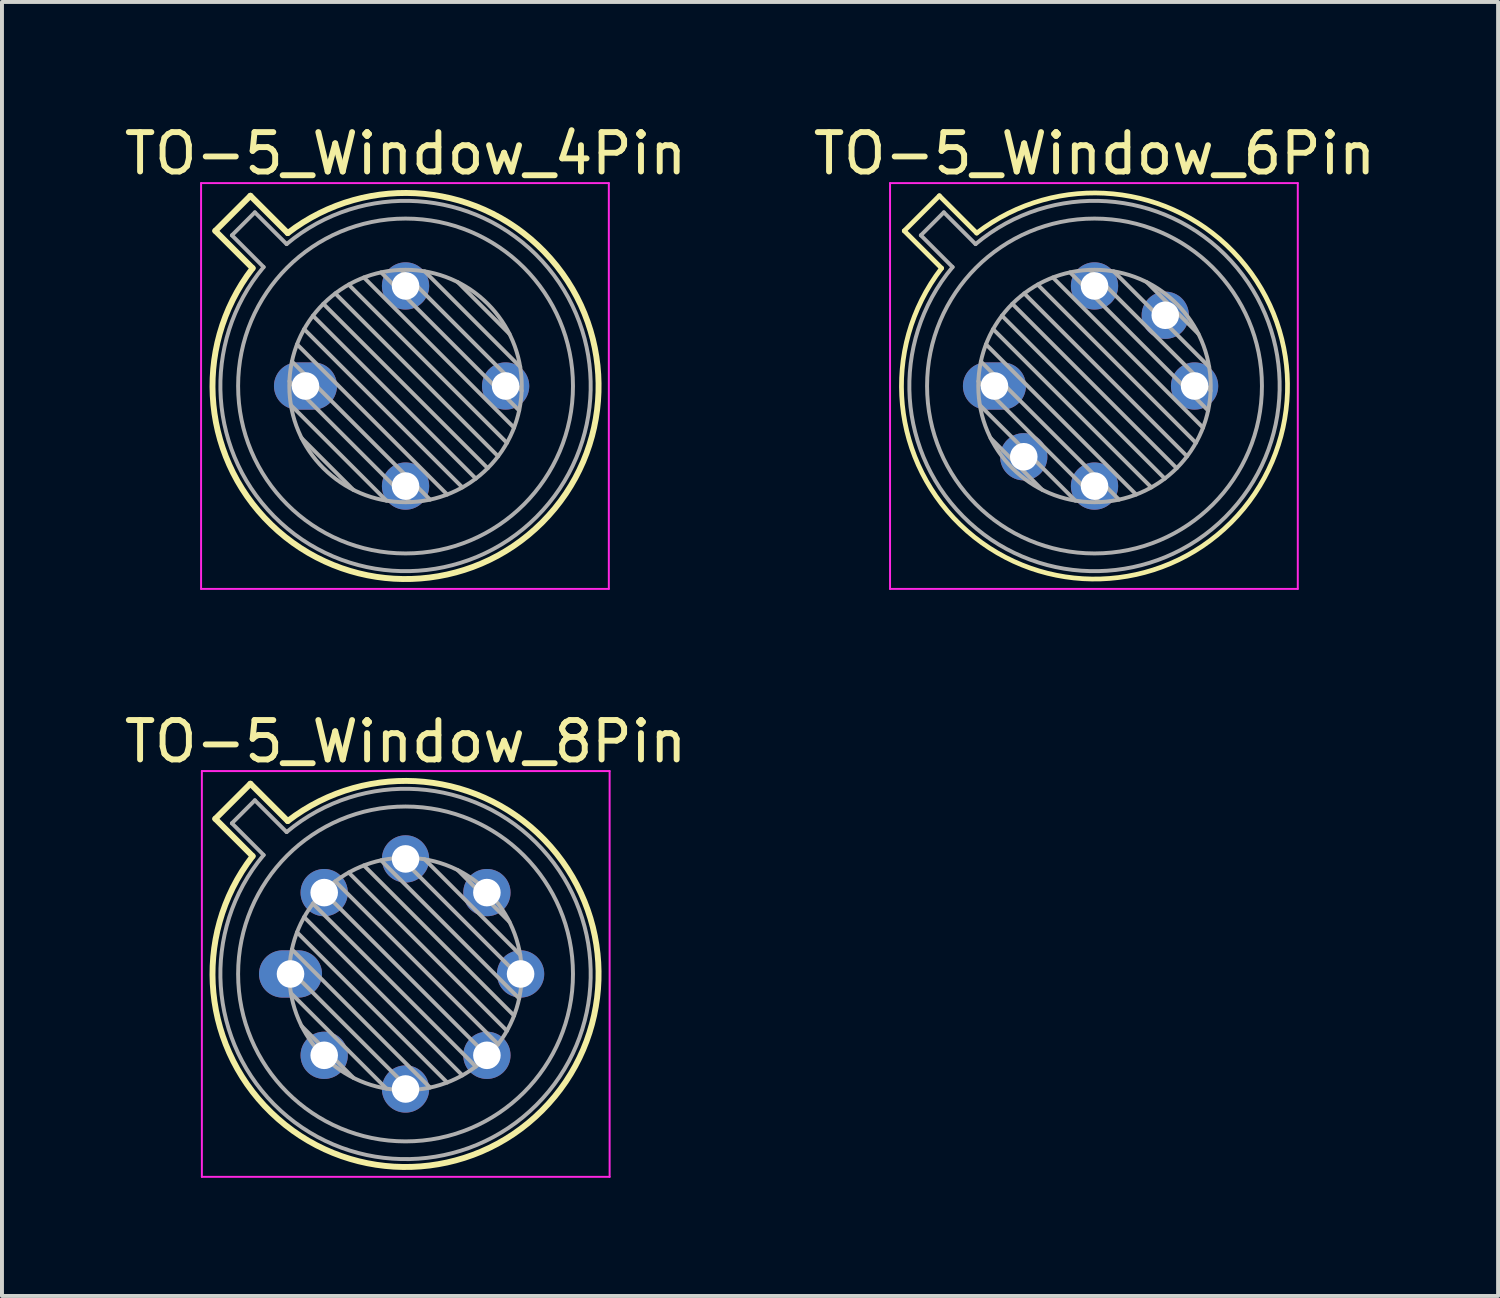
<source format=kicad_pcb>
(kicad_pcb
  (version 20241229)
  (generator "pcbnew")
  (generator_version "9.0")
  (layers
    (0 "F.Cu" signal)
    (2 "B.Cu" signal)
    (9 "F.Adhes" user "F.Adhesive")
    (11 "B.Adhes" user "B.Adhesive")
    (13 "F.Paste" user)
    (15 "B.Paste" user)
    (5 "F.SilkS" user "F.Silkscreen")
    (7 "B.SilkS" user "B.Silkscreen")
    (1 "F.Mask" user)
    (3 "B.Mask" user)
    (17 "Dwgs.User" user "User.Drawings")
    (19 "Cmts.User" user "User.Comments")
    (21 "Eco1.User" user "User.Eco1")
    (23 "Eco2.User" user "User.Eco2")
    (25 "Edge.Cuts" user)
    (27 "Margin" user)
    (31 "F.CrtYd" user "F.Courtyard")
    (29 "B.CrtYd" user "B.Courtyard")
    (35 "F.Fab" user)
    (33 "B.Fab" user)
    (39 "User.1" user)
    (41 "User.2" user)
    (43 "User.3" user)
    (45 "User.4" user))
  (footprint "TO-5_Window_6Pin"
    (layer "F.Cu")
    (at 22.192 6.748)
    (property "Reference" "TO-5_Window_6Pin" (at 2.54 -5.9 0) (layer "F.SilkS") (effects (font (size 1 1) (thickness 0.15))))
    (attr through_hole)
    (fp_line (start -2.289 -3.938) (end -1.342 -2.991) (stroke (width 0.12) (type solid)) (layer "F.SilkS"))
    (fp_line (start -1.398 -4.829) (end -2.289 -3.938) (stroke (width 0.12) (type solid)) (layer "F.SilkS"))
    (fp_line (start -0.451 -3.882) (end -1.398 -4.829) (stroke (width 0.12) (type solid)) (layer "F.SilkS"))
    (fp_arc (start -0.450589 -3.881543) (mid 6.004823 3.464823) (end -1.341543 -2.990588) (stroke (width 0.12) (type solid)) (layer "F.SilkS"))
    (fp_line (start -2.65 -5.15) (end -2.65 5.15) (stroke (width 0.05) (type solid)) (layer "F.CrtYd"))
    (fp_line (start -2.65 5.15) (end 7.7 5.15) (stroke (width 0.05) (type solid)) (layer "F.CrtYd"))
    (fp_line (start 7.7 -5.15) (end -2.65 -5.15) (stroke (width 0.05) (type solid)) (layer "F.CrtYd"))
    (fp_line (start 7.7 5.15) (end 7.7 -5.15) (stroke (width 0.05) (type solid)) (layer "F.CrtYd"))
    (fp_line (start -1.868 -3.825) (end -1.062 -3.019) (stroke (width 0.1) (type solid)) (layer "F.Fab"))
    (fp_line (start -1.285 -4.408) (end -1.868 -3.825) (stroke (width 0.1) (type solid)) (layer "F.Fab"))
    (fp_line (start -0.479 -3.602) (end -1.285 -4.408) (stroke (width 0.1) (type solid)) (layer "F.Fab"))
    (fp_line (start -0.408 -0.12) (end 2.66 2.948) (stroke (width 0.1) (type solid)) (layer "F.Fab"))
    (fp_line (start -0.371 0.485) (end 2.055 2.911) (stroke (width 0.1) (type solid)) (layer "F.Fab"))
    (fp_line (start -0.344 -0.622) (end 3.162 2.884) (stroke (width 0.1) (type solid)) (layer "F.Fab"))
    (fp_line (start -0.215 -1.058) (end 3.598 2.755) (stroke (width 0.1) (type solid)) (layer "F.Fab"))
    (fp_line (start -0.097 1.324) (end 1.216 2.637) (stroke (width 0.1) (type solid)) (layer "F.Fab"))
    (fp_line (start -0.034 -1.443) (end 3.983 2.574) (stroke (width 0.1) (type solid)) (layer "F.Fab"))
    (fp_line (start 0.19 -1.784) (end 4.324 2.35) (stroke (width 0.1) (type solid)) (layer "F.Fab"))
    (fp_line (start 0.454 -2.086) (end 4.626 2.086) (stroke (width 0.1) (type solid)) (layer "F.Fab"))
    (fp_line (start 0.756 -2.35) (end 4.89 1.784) (stroke (width 0.1) (type solid)) (layer "F.Fab"))
    (fp_line (start 1.097 -2.574) (end 5.114 1.443) (stroke (width 0.1) (type solid)) (layer "F.Fab"))
    (fp_line (start 1.482 -2.755) (end 5.295 1.058) (stroke (width 0.1) (type solid)) (layer "F.Fab"))
    (fp_line (start 1.918 -2.884) (end 5.424 0.622) (stroke (width 0.1) (type solid)) (layer "F.Fab"))
    (fp_line (start 2.42 -2.948) (end 5.488 0.12) (stroke (width 0.1) (type solid)) (layer "F.Fab"))
    (fp_line (start 3.025 -2.911) (end 5.451 -0.485) (stroke (width 0.1) (type solid)) (layer "F.Fab"))
    (fp_line (start 3.864 -2.637) (end 5.177 -1.324) (stroke (width 0.1) (type solid)) (layer "F.Fab"))
    (fp_arc (start -0.478935 -3.602226) (mid 5.863402 3.323402) (end -1.062226 -3.018935) (stroke (width 0.1) (type solid)) (layer "F.Fab"))
    (fp_circle (center 2.54 0) (end 5.49 0) (stroke (width 0.1) (type solid)) (fill no) (layer "F.Fab"))
    (fp_circle (center 2.54 0) (end 6.79 0) (stroke (width 0.1) (type solid)) (fill no) (layer "F.Fab"))
    (pad "1" thru_hole oval (at 0 0) (size 1.6 1.2) (drill 0.7) (layers "*.Cu" "*.Mask"))
    (pad "2" thru_hole oval (at 0.744 1.796) (size 1.2 1.2) (drill 0.7) (layers "*.Cu" "*.Mask"))
    (pad "3" thru_hole oval (at 2.54 2.54) (size 1.2 1.2) (drill 0.7) (layers "*.Cu" "*.Mask"))
    (pad "4" thru_hole oval (at 5.08 0) (size 1.2 1.2) (drill 0.7) (layers "*.Cu" "*.Mask"))
    (pad "5" thru_hole oval (at 4.336 -1.796) (size 1.2 1.2) (drill 0.7) (layers "*.Cu" "*.Mask"))
    (pad "6" thru_hole oval (at 2.54 -2.54) (size 1.2 1.2) (drill 0.7) (layers "*.Cu" "*.Mask")))
  (footprint "TO-5_Window_4Pin"
    (layer "F.Cu")
    (at 4.704 6.748)
    (property "Reference" "TO-5_Window_4Pin" (at 2.54 -5.9 0) (layer "F.SilkS") (effects (font (size 1 1) (thickness 0.15))))
    (attr through_hole)
    (fp_line (start -2.289 -3.938) (end -1.342 -2.991) (stroke (width 0.15) (type solid)) (layer "F.SilkS"))
    (fp_line (start -1.398 -4.829) (end -2.289 -3.938) (stroke (width 0.15) (type solid)) (layer "F.SilkS"))
    (fp_line (start -0.451 -3.882) (end -1.398 -4.829) (stroke (width 0.15) (type solid)) (layer "F.SilkS"))
    (fp_arc (start -0.450589 -3.881543) (mid 6.004823 3.464823) (end -1.341543 -2.990588) (stroke (width 0.15) (type solid)) (layer "F.SilkS"))
    (fp_line (start -2.65 -5.15) (end -2.65 5.15) (stroke (width 0.05) (type solid)) (layer "F.CrtYd"))
    (fp_line (start -2.65 5.15) (end 7.7 5.15) (stroke (width 0.05) (type solid)) (layer "F.CrtYd"))
    (fp_line (start 7.7 -5.15) (end -2.65 -5.15) (stroke (width 0.05) (type solid)) (layer "F.CrtYd"))
    (fp_line (start 7.7 5.15) (end 7.7 -5.15) (stroke (width 0.05) (type solid)) (layer "F.CrtYd"))
    (fp_line (start -1.868 -3.825) (end -1.062 -3.019) (stroke (width 0.1) (type solid)) (layer "F.Fab"))
    (fp_line (start -1.285 -4.408) (end -1.868 -3.825) (stroke (width 0.1) (type solid)) (layer "F.Fab"))
    (fp_line (start -0.479 -3.602) (end -1.285 -4.408) (stroke (width 0.1) (type solid)) (layer "F.Fab"))
    (fp_line (start -0.408 -0.12) (end 2.66 2.948) (stroke (width 0.1) (type solid)) (layer "F.Fab"))
    (fp_line (start -0.371 0.485) (end 2.055 2.911) (stroke (width 0.1) (type solid)) (layer "F.Fab"))
    (fp_line (start -0.344 -0.622) (end 3.162 2.884) (stroke (width 0.1) (type solid)) (layer "F.Fab"))
    (fp_line (start -0.215 -1.058) (end 3.598 2.755) (stroke (width 0.1) (type solid)) (layer "F.Fab"))
    (fp_line (start -0.097 1.324) (end 1.216 2.637) (stroke (width 0.1) (type solid)) (layer "F.Fab"))
    (fp_line (start -0.034 -1.443) (end 3.983 2.574) (stroke (width 0.1) (type solid)) (layer "F.Fab"))
    (fp_line (start 0.19 -1.784) (end 4.324 2.35) (stroke (width 0.1) (type solid)) (layer "F.Fab"))
    (fp_line (start 0.454 -2.086) (end 4.626 2.086) (stroke (width 0.1) (type solid)) (layer "F.Fab"))
    (fp_line (start 0.756 -2.35) (end 4.89 1.784) (stroke (width 0.1) (type solid)) (layer "F.Fab"))
    (fp_line (start 1.097 -2.574) (end 5.114 1.443) (stroke (width 0.1) (type solid)) (layer "F.Fab"))
    (fp_line (start 1.482 -2.755) (end 5.295 1.058) (stroke (width 0.1) (type solid)) (layer "F.Fab"))
    (fp_line (start 1.918 -2.884) (end 5.424 0.622) (stroke (width 0.1) (type solid)) (layer "F.Fab"))
    (fp_line (start 2.42 -2.948) (end 5.488 0.12) (stroke (width 0.1) (type solid)) (layer "F.Fab"))
    (fp_line (start 3.025 -2.911) (end 5.451 -0.485) (stroke (width 0.1) (type solid)) (layer "F.Fab"))
    (fp_line (start 3.864 -2.637) (end 5.177 -1.324) (stroke (width 0.1) (type solid)) (layer "F.Fab"))
    (fp_arc (start -0.478935 -3.602226) (mid 5.863402 3.323402) (end -1.062226 -3.018935) (stroke (width 0.1) (type solid)) (layer "F.Fab"))
    (fp_circle (center 2.54 0) (end 5.49 0) (stroke (width 0.1) (type solid)) (fill no) (layer "F.Fab"))
    (fp_circle (center 2.54 0) (end 6.79 0) (stroke (width 0.1) (type solid)) (fill no) (layer "F.Fab"))
    (pad "1" thru_hole oval (at 0 0) (size 1.6 1.2) (drill 0.7) (layers "*.Cu" "*.Mask"))
    (pad "2" thru_hole oval (at 2.54 2.54) (size 1.2 1.2) (drill 0.7) (layers "*.Cu" "*.Mask"))
    (pad "3" thru_hole oval (at 5.08 0) (size 1.2 1.2) (drill 0.7) (layers "*.Cu" "*.Mask"))
    (pad "4" thru_hole oval (at 2.54 -2.54) (size 1.2 1.2) (drill 0.7) (layers "*.Cu" "*.Mask")))
  (footprint "TO-5_Window_8Pin"
    (layer "F.Cu")
    (at 4.324 21.672)
    (property "Reference" "TO-5_Window_8Pin" (at 2.92 -5.9 0) (layer "F.SilkS") (effects (font (size 1 1) (thickness 0.15))))
    (attr through_hole)
    (fp_line (start -1.909 -3.938) (end -0.962 -2.991) (stroke (width 0.15) (type solid)) (layer "F.SilkS"))
    (fp_line (start -1.018 -4.829) (end -1.909 -3.938) (stroke (width 0.15) (type solid)) (layer "F.SilkS"))
    (fp_line (start -0.071 -3.882) (end -1.018 -4.829) (stroke (width 0.15) (type solid)) (layer "F.SilkS"))
    (fp_arc (start -0.070589 -3.881543) (mid 6.384823 3.464823) (end -0.961543 -2.990588) (stroke (width 0.15) (type solid)) (layer "F.SilkS"))
    (fp_line (start -2.25 -5.15) (end -2.25 5.15) (stroke (width 0.05) (type solid)) (layer "F.CrtYd"))
    (fp_line (start -2.25 5.15) (end 8.1 5.15) (stroke (width 0.05) (type solid)) (layer "F.CrtYd"))
    (fp_line (start 8.1 -5.15) (end -2.25 -5.15) (stroke (width 0.05) (type solid)) (layer "F.CrtYd"))
    (fp_line (start 8.1 5.15) (end 8.1 -5.15) (stroke (width 0.05) (type solid)) (layer "F.CrtYd"))
    (fp_line (start -1.488 -3.825) (end -0.682 -3.019) (stroke (width 0.1) (type solid)) (layer "F.Fab"))
    (fp_line (start -0.905 -4.408) (end -1.488 -3.825) (stroke (width 0.1) (type solid)) (layer "F.Fab"))
    (fp_line (start -0.099 -3.602) (end -0.905 -4.408) (stroke (width 0.1) (type solid)) (layer "F.Fab"))
    (fp_line (start -0.028 -0.12) (end 3.04 2.948) (stroke (width 0.1) (type solid)) (layer "F.Fab"))
    (fp_line (start 0.009 0.485) (end 2.435 2.911) (stroke (width 0.1) (type solid)) (layer "F.Fab"))
    (fp_line (start 0.036 -0.622) (end 3.542 2.884) (stroke (width 0.1) (type solid)) (layer "F.Fab"))
    (fp_line (start 0.165 -1.058) (end 3.978 2.755) (stroke (width 0.1) (type solid)) (layer "F.Fab"))
    (fp_line (start 0.283 1.324) (end 1.596 2.637) (stroke (width 0.1) (type solid)) (layer "F.Fab"))
    (fp_line (start 0.346 -1.443) (end 4.363 2.574) (stroke (width 0.1) (type solid)) (layer "F.Fab"))
    (fp_line (start 0.57 -1.784) (end 4.704 2.35) (stroke (width 0.1) (type solid)) (layer "F.Fab"))
    (fp_line (start 0.834 -2.086) (end 5.006 2.086) (stroke (width 0.1) (type solid)) (layer "F.Fab"))
    (fp_line (start 1.136 -2.35) (end 5.27 1.784) (stroke (width 0.1) (type solid)) (layer "F.Fab"))
    (fp_line (start 1.477 -2.574) (end 5.494 1.443) (stroke (width 0.1) (type solid)) (layer "F.Fab"))
    (fp_line (start 1.862 -2.755) (end 5.675 1.058) (stroke (width 0.1) (type solid)) (layer "F.Fab"))
    (fp_line (start 2.298 -2.884) (end 5.804 0.622) (stroke (width 0.1) (type solid)) (layer "F.Fab"))
    (fp_line (start 2.8 -2.948) (end 5.868 0.12) (stroke (width 0.1) (type solid)) (layer "F.Fab"))
    (fp_line (start 3.405 -2.911) (end 5.831 -0.485) (stroke (width 0.1) (type solid)) (layer "F.Fab"))
    (fp_line (start 4.244 -2.637) (end 5.557 -1.324) (stroke (width 0.1) (type solid)) (layer "F.Fab"))
    (fp_arc (start -0.098935 -3.602226) (mid 6.243402 3.323402) (end -0.682226 -3.018935) (stroke (width 0.1) (type solid)) (layer "F.Fab"))
    (fp_circle (center 2.92 0) (end 5.87 0) (stroke (width 0.1) (type solid)) (fill no) (layer "F.Fab"))
    (fp_circle (center 2.92 0) (end 7.17 0) (stroke (width 0.1) (type solid)) (fill no) (layer "F.Fab"))
    (pad "1" thru_hole oval (at 0 0) (size 1.6 1.2) (drill 0.7) (layers "*.Cu" "*.Mask"))
    (pad "2" thru_hole oval (at 0.855 2.065) (size 1.2 1.2) (drill 0.7) (layers "*.Cu" "*.Mask"))
    (pad "3" thru_hole oval (at 2.92 2.92) (size 1.2 1.2) (drill 0.7) (layers "*.Cu" "*.Mask"))
    (pad "4" thru_hole oval (at 4.985 2.065) (size 1.2 1.2) (drill 0.7) (layers "*.Cu" "*.Mask"))
    (pad "5" thru_hole oval (at 5.84 0) (size 1.2 1.2) (drill 0.7) (layers "*.Cu" "*.Mask"))
    (pad "6" thru_hole oval (at 4.985 -2.065) (size 1.2 1.2) (drill 0.7) (layers "*.Cu" "*.Mask"))
    (pad "7" thru_hole oval (at 2.92 -2.92) (size 1.2 1.2) (drill 0.7) (layers "*.Cu" "*.Mask"))
    (pad "8" thru_hole oval (at 0.855 -2.065) (size 1.2 1.2) (drill 0.7) (layers "*.Cu" "*.Mask")))
  (gr_rect
    (start -3 -3)
    (end 34.976 29.846)
    (stroke (width 0.1) (type default))
    (fill no)
    (layer "Edge.Cuts")))
</source>
